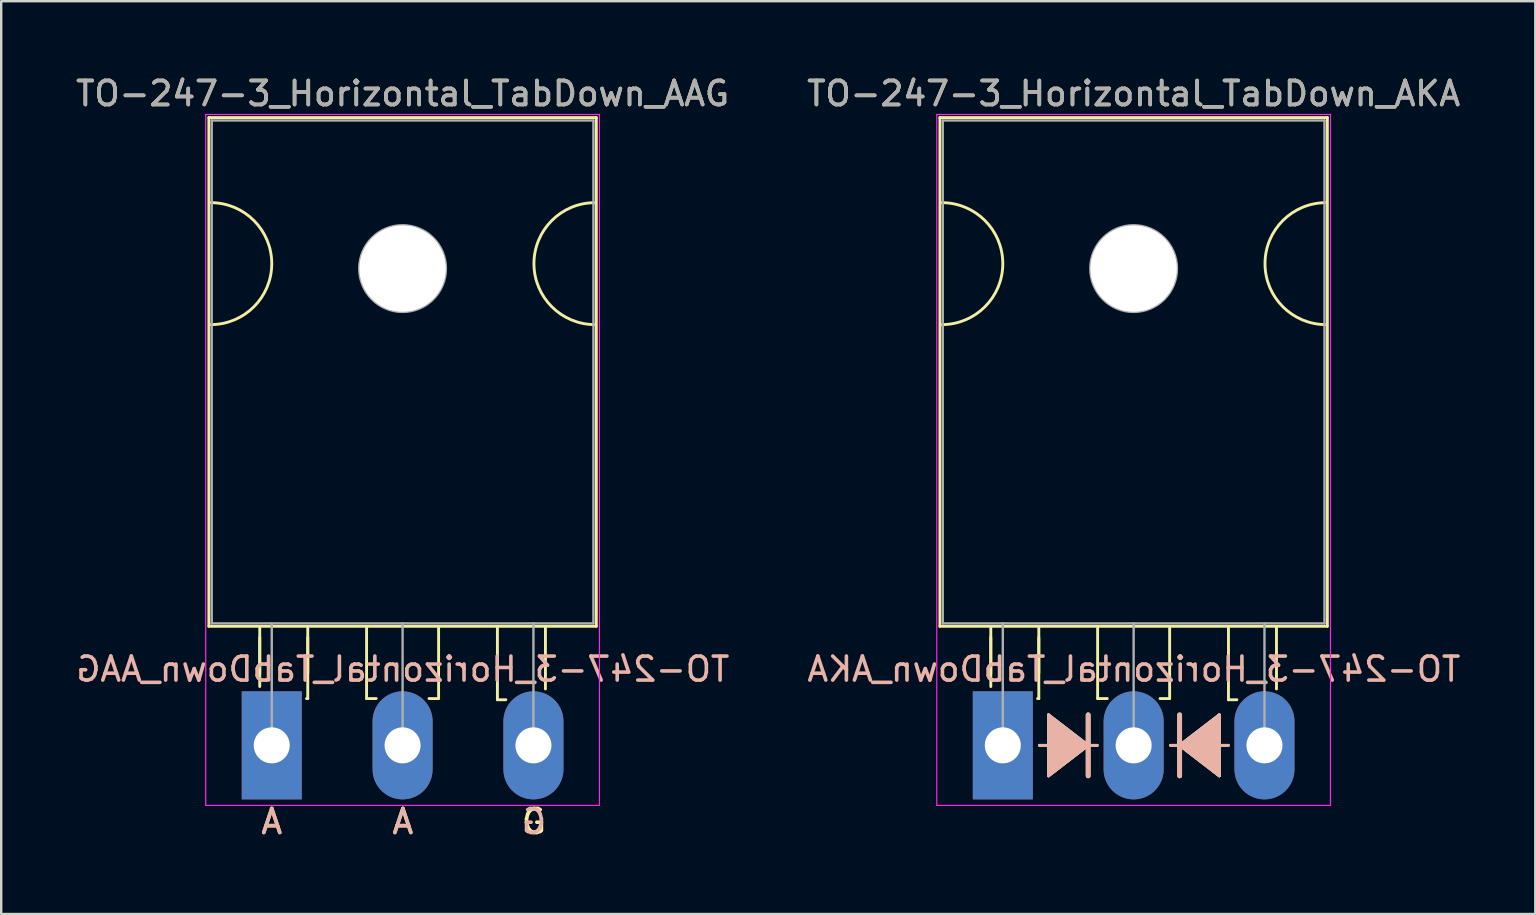
<source format=kicad_pcb>
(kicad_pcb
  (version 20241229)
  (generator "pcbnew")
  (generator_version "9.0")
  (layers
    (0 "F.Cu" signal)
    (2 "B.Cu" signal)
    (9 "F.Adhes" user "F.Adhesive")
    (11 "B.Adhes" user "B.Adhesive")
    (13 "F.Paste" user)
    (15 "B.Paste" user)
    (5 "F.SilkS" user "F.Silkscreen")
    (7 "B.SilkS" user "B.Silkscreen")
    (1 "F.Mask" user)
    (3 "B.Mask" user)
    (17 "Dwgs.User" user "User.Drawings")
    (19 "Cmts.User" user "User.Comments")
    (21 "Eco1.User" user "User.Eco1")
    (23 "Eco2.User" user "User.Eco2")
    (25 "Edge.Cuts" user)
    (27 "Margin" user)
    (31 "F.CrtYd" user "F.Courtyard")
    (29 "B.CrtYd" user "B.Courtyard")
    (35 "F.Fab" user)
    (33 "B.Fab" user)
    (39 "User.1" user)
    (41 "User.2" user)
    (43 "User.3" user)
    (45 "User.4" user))
  (footprint "TO-247-3_Horizontal_TabDown_AAG"
    (layer "F.Cu")
    (at 8.27 27.998)
    (property "Reference" "TO-247-3_Horizontal_TabDown_AAG" (at 5.45 -27.15 0) (layer "F.SilkS") (effects (font (size 1 1) (thickness 0.15))))
    (fp_line (start -2.62 -26.15) (end -2.62 -4.96) (stroke (width 0.12) (type solid)) (layer "F.SilkS"))
    (fp_line (start -2.62 -26.15) (end 13.52 -26.15) (stroke (width 0.12) (type solid)) (layer "F.SilkS"))
    (fp_line (start -2.62 -4.96) (end 13.52 -4.96) (stroke (width 0.12) (type solid)) (layer "F.SilkS"))
    (fp_line (start -0.5 -4.95) (end -0.5 -2.45) (stroke (width 0.12) (type solid)) (layer "F.SilkS"))
    (fp_line (start -0.5 -4.5) (end -0.5 -3) (stroke (width 0.12) (type solid)) (layer "F.SilkS"))
    (fp_line (start 1.5 -4.95) (end 1.5 -1.95) (stroke (width 0.12) (type solid)) (layer "F.SilkS"))
    (fp_line (start 1.5 -4.5) (end 1.5 -3) (stroke (width 0.12) (type solid)) (layer "F.SilkS"))
    (fp_line (start 1.5 -1.95) (end 1.45 -1.95) (stroke (width 0.12) (type solid)) (layer "F.SilkS"))
    (fp_line (start 3.95 -4.9) (end 3.95 -1.95) (stroke (width 0.12) (type solid)) (layer "F.SilkS"))
    (fp_line (start 3.95 -1.95) (end 4.35 -1.95) (stroke (width 0.12) (type solid)) (layer "F.SilkS"))
    (fp_line (start 6.95 -4.95) (end 6.95 -1.95) (stroke (width 0.12) (type solid)) (layer "F.SilkS"))
    (fp_line (start 6.95 -1.95) (end 6.55 -1.95) (stroke (width 0.12) (type solid)) (layer "F.SilkS"))
    (fp_line (start 9.4 -4.9) (end 9.4 -1.9) (stroke (width 0.12) (type solid)) (layer "F.SilkS"))
    (fp_line (start 9.4 -1.9) (end 9.75 -1.9) (stroke (width 0.12) (type solid)) (layer "F.SilkS"))
    (fp_line (start 11.4 -4.9) (end 11.4 -2.35) (stroke (width 0.12) (type solid)) (layer "F.SilkS"))
    (fp_line (start 13.52 -26.15) (end 13.52 -4.96) (stroke (width 0.12) (type solid)) (layer "F.SilkS"))
    (fp_arc (start -2.54 -22.606) (mid 0 -20.066) (end -2.54 -17.526) (stroke (width 0.12) (type solid)) (layer "F.SilkS"))
    (fp_arc (start 13.462 -17.526) (mid 10.922 -20.066) (end 13.462 -22.606) (stroke (width 0.12) (type solid)) (layer "F.SilkS"))
    (fp_line (start -2.75 -26.28) (end -2.75 2.5) (stroke (width 0.05) (type solid)) (layer "F.CrtYd"))
    (fp_line (start -2.75 2.5) (end 13.65 2.5) (stroke (width 0.05) (type solid)) (layer "F.CrtYd"))
    (fp_line (start 13.65 -26.28) (end -2.75 -26.28) (stroke (width 0.05) (type solid)) (layer "F.CrtYd"))
    (fp_line (start 13.65 2.5) (end 13.65 -26.28) (stroke (width 0.05) (type solid)) (layer "F.CrtYd"))
    (fp_line (start -2.5 -26.03) (end 13.4 -26.03) (stroke (width 0.1) (type solid)) (layer "F.Fab"))
    (fp_line (start -2.5 -5.08) (end -2.5 -26.03) (stroke (width 0.1) (type solid)) (layer "F.Fab"))
    (fp_line (start 0 -5.08) (end 0 0) (stroke (width 0.1) (type solid)) (layer "F.Fab"))
    (fp_line (start 5.45 -5.08) (end 5.45 0) (stroke (width 0.1) (type solid)) (layer "F.Fab"))
    (fp_line (start 10.9 -5.08) (end 10.9 0) (stroke (width 0.1) (type solid)) (layer "F.Fab"))
    (fp_line (start 13.4 -26.03) (end 13.4 -5.08) (stroke (width 0.1) (type solid)) (layer "F.Fab"))
    (fp_line (start 13.4 -5.08) (end -2.5 -5.08) (stroke (width 0.1) (type solid)) (layer "F.Fab"))
    (fp_circle (center 5.45 -19.86) (end 7.255 -19.86) (stroke (width 0.1) (type solid)) (fill no) (layer "F.Fab"))
    (fp_text user "A" (at 5.461 3.175 0) (unlocked yes) (layer "F.SilkS") (effects (font (size 1 1) (thickness 0.15))))
    (fp_text user "G" (at 10.922 3.175 0) (unlocked yes) (layer "F.SilkS") (effects (font (size 1 1) (thickness 0.15))))
    (fp_text user "A" (at 0 3.175 0) (unlocked yes) (layer "F.SilkS") (effects (font (size 1 1) (thickness 0.15))))
    (fp_text user "G" (at 10.922 3.175 0) (unlocked yes) (layer "B.SilkS") (effects (font (size 1 1) (thickness 0.15)) (justify mirror)))
    (fp_text user "A" (at 5.461 3.175 0) (unlocked yes) (layer "B.SilkS") (effects (font (size 1 1) (thickness 0.15)) (justify mirror)))
    (fp_text user "A" (at 0 3.175 0) (unlocked yes) (layer "B.SilkS") (effects (font (size 1 1) (thickness 0.15)) (justify mirror)))
    (fp_text user "${REFERENCE}" (at 5.461 -3.175 0) (layer "B.SilkS") (effects (font (size 1 1) (thickness 0.15)) (justify mirror)))
    (fp_text user "${REFERENCE}" (at 5.45 -27.15 0) (layer "F.Fab") (effects (font (size 1 1) (thickness 0.15))))
    (pad "" np_thru_hole oval (at 5.45 -19.86) (size 3.6 3.6) (drill 3.6) (layers "*.Cu" "*.Mask"))
    (pad "1" thru_hole rect (at 0 0) (size 2.5 4.5) (drill 1.5) (layers "*.Cu" "*.Mask"))
    (pad "2" thru_hole oval (at 5.45 0) (size 2.5 4.5) (drill 1.5) (layers "*.Cu" "*.Mask"))
    (pad "3" thru_hole oval (at 10.9 0) (size 2.5 4.5) (drill 1.5) (layers "*.Cu" "*.Mask")))
  (footprint "TO-247-3_Horizontal_TabDown_AKA"
    (layer "F.Cu")
    (at 38.722 27.998)
    (property "Reference" "TO-247-3_Horizontal_TabDown_AKA" (at 5.45 -27.15 0) (layer "F.SilkS") (effects (font (size 1 1) (thickness 0.15))))
    (fp_line (start -2.62 -26.15) (end -2.62 -4.96) (stroke (width 0.12) (type solid)) (layer "F.SilkS"))
    (fp_line (start -2.62 -26.15) (end 13.52 -26.15) (stroke (width 0.12) (type solid)) (layer "F.SilkS"))
    (fp_line (start -2.62 -4.96) (end 13.52 -4.96) (stroke (width 0.12) (type solid)) (layer "F.SilkS"))
    (fp_line (start -0.5 -4.95) (end -0.5 -2.45) (stroke (width 0.12) (type solid)) (layer "F.SilkS"))
    (fp_line (start -0.5 -4.5) (end -0.5 -3) (stroke (width 0.12) (type solid)) (layer "F.SilkS"))
    (fp_line (start 1.5 -4.95) (end 1.5 -1.95) (stroke (width 0.12) (type solid)) (layer "F.SilkS"))
    (fp_line (start 1.5 -4.5) (end 1.5 -3) (stroke (width 0.12) (type solid)) (layer "F.SilkS"))
    (fp_line (start 1.5 -1.95) (end 1.45 -1.95) (stroke (width 0.12) (type solid)) (layer "F.SilkS"))
    (fp_line (start 1.524 0) (end 1.905 0) (stroke (width 0.12) (type solid)) (layer "F.SilkS"))
    (fp_line (start 1.905 -1.27) (end 1.905 1.27) (stroke (width 0.12) (type solid)) (layer "F.SilkS"))
    (fp_line (start 1.905 1.27) (end 3.556 0) (stroke (width 0.12) (type solid)) (layer "F.SilkS"))
    (fp_line (start 3.556 0) (end 1.905 -1.27) (stroke (width 0.12) (type solid)) (layer "F.SilkS"))
    (fp_line (start 3.556 0) (end 3.556 -1.27) (stroke (width 0.2) (type solid)) (layer "F.SilkS"))
    (fp_line (start 3.556 1.27) (end 3.556 0) (stroke (width 0.2) (type solid)) (layer "F.SilkS"))
    (fp_line (start 3.937 0) (end 3.556 0) (stroke (width 0.12) (type solid)) (layer "F.SilkS"))
    (fp_line (start 3.95 -4.9) (end 3.95 -1.95) (stroke (width 0.12) (type solid)) (layer "F.SilkS"))
    (fp_line (start 3.95 -1.95) (end 4.35 -1.95) (stroke (width 0.12) (type solid)) (layer "F.SilkS"))
    (fp_line (start 6.95 -4.95) (end 6.95 -1.95) (stroke (width 0.12) (type solid)) (layer "F.SilkS"))
    (fp_line (start 6.95 -1.95) (end 6.55 -1.95) (stroke (width 0.12) (type solid)) (layer "F.SilkS"))
    (fp_line (start 6.985 0) (end 7.366 0) (stroke (width 0.12) (type solid)) (layer "F.SilkS"))
    (fp_line (start 7.366 -1.27) (end 7.366 0) (stroke (width 0.2) (type solid)) (layer "F.SilkS"))
    (fp_line (start 7.366 0) (end 7.366 1.27) (stroke (width 0.2) (type solid)) (layer "F.SilkS"))
    (fp_line (start 7.366 0) (end 9.017 1.27) (stroke (width 0.12) (type solid)) (layer "F.SilkS"))
    (fp_line (start 9.017 -1.27) (end 7.366 0) (stroke (width 0.12) (type solid)) (layer "F.SilkS"))
    (fp_line (start 9.017 1.27) (end 9.017 -1.27) (stroke (width 0.12) (type solid)) (layer "F.SilkS"))
    (fp_line (start 9.398 0) (end 9.017 0) (stroke (width 0.12) (type solid)) (layer "F.SilkS"))
    (fp_line (start 9.4 -4.9) (end 9.4 -1.9) (stroke (width 0.12) (type solid)) (layer "F.SilkS"))
    (fp_line (start 9.4 -1.9) (end 9.75 -1.9) (stroke (width 0.12) (type solid)) (layer "F.SilkS"))
    (fp_line (start 11.4 -4.9) (end 11.4 -2.35) (stroke (width 0.12) (type solid)) (layer "F.SilkS"))
    (fp_line (start 13.52 -26.15) (end 13.52 -4.96) (stroke (width 0.12) (type solid)) (layer "F.SilkS"))
    (fp_arc (start -2.54 -22.606) (mid 0 -20.066) (end -2.54 -17.526) (stroke (width 0.12) (type solid)) (layer "F.SilkS"))
    (fp_arc (start 13.462 -17.526) (mid 10.922 -20.066) (end 13.462 -22.606) (stroke (width 0.12) (type solid)) (layer "F.SilkS"))
    (fp_poly (pts (xy 3.556 0) (xy 1.905 1.27) (xy 1.905 -1.27)) (stroke (width 0.1) (type solid)) (fill yes) (layer "F.SilkS"))
    (fp_poly (pts (xy 9.017 1.27) (xy 7.366 0) (xy 9.017 -1.27)) (stroke (width 0.1) (type solid)) (fill yes) (layer "F.SilkS"))
    (fp_line (start 1.524 0) (end 1.905 0) (stroke (width 0.12) (type solid)) (layer "B.SilkS"))
    (fp_line (start 1.905 -1.27) (end 3.556 0) (stroke (width 0.12) (type solid)) (layer "B.SilkS"))
    (fp_line (start 1.905 1.27) (end 1.905 -1.27) (stroke (width 0.12) (type solid)) (layer "B.SilkS"))
    (fp_line (start 3.556 -1.27) (end 3.556 0) (stroke (width 0.2) (type solid)) (layer "B.SilkS"))
    (fp_line (start 3.556 0) (end 1.905 1.27) (stroke (width 0.12) (type solid)) (layer "B.SilkS"))
    (fp_line (start 3.556 0) (end 3.556 1.27) (stroke (width 0.2) (type solid)) (layer "B.SilkS"))
    (fp_line (start 3.937 0) (end 3.556 0) (stroke (width 0.12) (type solid)) (layer "B.SilkS"))
    (fp_line (start 6.985 0) (end 7.366 0) (stroke (width 0.12) (type solid)) (layer "B.SilkS"))
    (fp_line (start 7.366 0) (end 7.366 -1.27) (stroke (width 0.2) (type solid)) (layer "B.SilkS"))
    (fp_line (start 7.366 0) (end 9.017 -1.27) (stroke (width 0.12) (type solid)) (layer "B.SilkS"))
    (fp_line (start 7.366 1.27) (end 7.366 0) (stroke (width 0.2) (type solid)) (layer "B.SilkS"))
    (fp_line (start 9.017 -1.27) (end 9.017 1.27) (stroke (width 0.12) (type solid)) (layer "B.SilkS"))
    (fp_line (start 9.017 1.27) (end 7.366 0) (stroke (width 0.12) (type solid)) (layer "B.SilkS"))
    (fp_line (start 9.398 0) (end 9.017 0) (stroke (width 0.12) (type solid)) (layer "B.SilkS"))
    (fp_poly (pts (xy 3.556 0) (xy 1.905 -1.27) (xy 1.905 1.27)) (stroke (width 0.1) (type solid)) (fill yes) (layer "B.SilkS"))
    (fp_poly (pts (xy 7.366 0) (xy 9.017 1.27) (xy 9.017 -1.27)) (stroke (width 0.1) (type solid)) (fill yes) (layer "B.SilkS"))
    (fp_line (start -2.75 -26.28) (end -2.75 2.5) (stroke (width 0.05) (type solid)) (layer "F.CrtYd"))
    (fp_line (start -2.75 2.5) (end 13.65 2.5) (stroke (width 0.05) (type solid)) (layer "F.CrtYd"))
    (fp_line (start 13.65 -26.28) (end -2.75 -26.28) (stroke (width 0.05) (type solid)) (layer "F.CrtYd"))
    (fp_line (start 13.65 2.5) (end 13.65 -26.28) (stroke (width 0.05) (type solid)) (layer "F.CrtYd"))
    (fp_line (start -2.5 -26.03) (end 13.4 -26.03) (stroke (width 0.1) (type solid)) (layer "F.Fab"))
    (fp_line (start -2.5 -5.08) (end -2.5 -26.03) (stroke (width 0.1) (type solid)) (layer "F.Fab"))
    (fp_line (start 0 -5.08) (end 0 0) (stroke (width 0.1) (type solid)) (layer "F.Fab"))
    (fp_line (start 5.45 -5.08) (end 5.45 0) (stroke (width 0.1) (type solid)) (layer "F.Fab"))
    (fp_line (start 10.9 -5.08) (end 10.9 0) (stroke (width 0.1) (type solid)) (layer "F.Fab"))
    (fp_line (start 13.4 -26.03) (end 13.4 -5.08) (stroke (width 0.1) (type solid)) (layer "F.Fab"))
    (fp_line (start 13.4 -5.08) (end -2.5 -5.08) (stroke (width 0.1) (type solid)) (layer "F.Fab"))
    (fp_circle (center 5.45 -19.86) (end 7.255 -19.86) (stroke (width 0.1) (type solid)) (fill no) (layer "F.Fab"))
    (fp_text user "${REFERENCE}" (at 5.461 -3.175 0) (layer "B.SilkS") (effects (font (size 1 1) (thickness 0.15)) (justify mirror)))
    (fp_text user "${REFERENCE}" (at 5.45 -27.15 0) (layer "F.Fab") (effects (font (size 1 1) (thickness 0.15))))
    (pad "" np_thru_hole oval (at 5.45 -19.86) (size 3.6 3.6) (drill 3.6) (layers "*.Cu" "*.Mask"))
    (pad "1" thru_hole rect (at 0 0) (size 2.5 4.5) (drill 1.5) (layers "*.Cu" "*.Mask"))
    (pad "2" thru_hole oval (at 5.45 0) (size 2.5 4.5) (drill 1.5) (layers "*.Cu" "*.Mask"))
    (pad "3" thru_hole oval (at 10.9 0) (size 2.5 4.5) (drill 1.5) (layers "*.Cu" "*.Mask")))
  (gr_rect
    (start -3 -3)
    (end 60.903 35.022)
    (stroke (width 0.1) (type default))
    (fill no)
    (layer "Edge.Cuts")))
</source>
